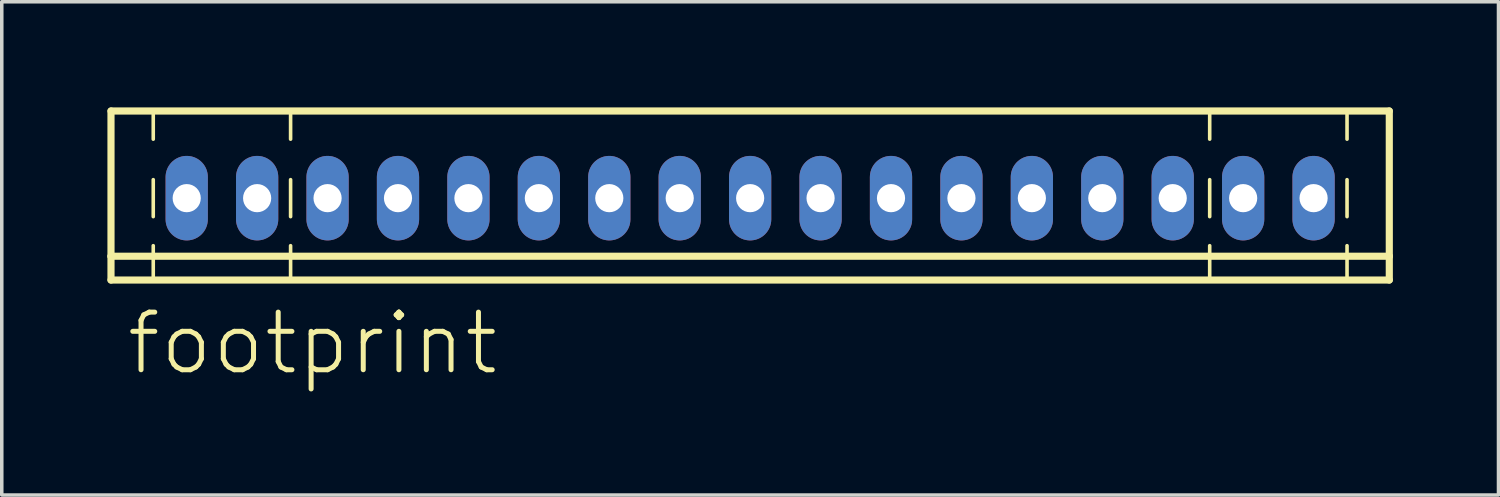
<source format=kicad_pcb>
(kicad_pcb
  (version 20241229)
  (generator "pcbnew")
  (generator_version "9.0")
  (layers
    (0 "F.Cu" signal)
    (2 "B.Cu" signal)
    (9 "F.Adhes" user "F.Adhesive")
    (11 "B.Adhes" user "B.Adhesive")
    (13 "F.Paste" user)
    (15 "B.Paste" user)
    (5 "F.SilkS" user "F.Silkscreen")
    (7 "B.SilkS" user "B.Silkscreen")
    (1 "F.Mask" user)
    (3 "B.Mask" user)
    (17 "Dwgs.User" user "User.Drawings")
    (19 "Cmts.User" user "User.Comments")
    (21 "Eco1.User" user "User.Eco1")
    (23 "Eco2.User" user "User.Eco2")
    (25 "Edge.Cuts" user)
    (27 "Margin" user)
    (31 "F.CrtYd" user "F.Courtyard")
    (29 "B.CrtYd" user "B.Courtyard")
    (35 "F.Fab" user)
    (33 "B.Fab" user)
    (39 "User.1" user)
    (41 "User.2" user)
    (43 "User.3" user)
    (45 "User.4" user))
  (footprint "footprint"
    (layer "F.Cu")
    (at 18.252 2.577)
    (property "Reference" "footprint" (at -17.78 5.08 0) (layer "F.SilkS") (effects (font (size 1.636 1.636) (thickness 0.142)) (justify left bottom)))
    (fp_line (start -18.15 -2.475) (end 18.15 -2.475) (stroke (width 0.203) (type solid)) (layer "F.SilkS"))
    (fp_line (start -18.15 1.65) (end -18.15 -2.475) (stroke (width 0.203) (type solid)) (layer "F.SilkS"))
    (fp_line (start -18.15 2.325) (end -18.15 1.65) (stroke (width 0.203) (type solid)) (layer "F.SilkS"))
    (fp_line (start -16.95 -2.375) (end -16.95 -1.675) (stroke (width 0.102) (type solid)) (layer "F.SilkS"))
    (fp_line (start -16.95 -0.525) (end -16.95 0.525) (stroke (width 0.102) (type solid)) (layer "F.SilkS"))
    (fp_line (start -16.95 1.35) (end -16.95 2.25) (stroke (width 0.102) (type solid)) (layer "F.SilkS"))
    (fp_line (start -13.05 -2.375) (end -13.05 -1.675) (stroke (width 0.102) (type solid)) (layer "F.SilkS"))
    (fp_line (start -13.05 -0.525) (end -13.05 0.525) (stroke (width 0.102) (type solid)) (layer "F.SilkS"))
    (fp_line (start -13.05 1.35) (end -13.05 2.25) (stroke (width 0.102) (type solid)) (layer "F.SilkS"))
    (fp_line (start 13.05 -2.375) (end 13.05 -1.675) (stroke (width 0.102) (type solid)) (layer "F.SilkS"))
    (fp_line (start 13.05 -0.525) (end 13.05 0.525) (stroke (width 0.102) (type solid)) (layer "F.SilkS"))
    (fp_line (start 13.05 1.35) (end 13.05 2.25) (stroke (width 0.102) (type solid)) (layer "F.SilkS"))
    (fp_line (start 16.95 -2.375) (end 16.95 -1.675) (stroke (width 0.102) (type solid)) (layer "F.SilkS"))
    (fp_line (start 16.95 -0.525) (end 16.95 0.525) (stroke (width 0.102) (type solid)) (layer "F.SilkS"))
    (fp_line (start 16.95 1.35) (end 16.95 2.25) (stroke (width 0.102) (type solid)) (layer "F.SilkS"))
    (fp_line (start 18.15 -2.475) (end 18.15 1.65) (stroke (width 0.203) (type solid)) (layer "F.SilkS"))
    (fp_line (start 18.15 1.65) (end -18.15 1.65) (stroke (width 0.203) (type solid)) (layer "F.SilkS"))
    (fp_line (start 18.15 1.65) (end 18.15 2.325) (stroke (width 0.203) (type solid)) (layer "F.SilkS"))
    (fp_line (start 18.15 2.325) (end -18.15 2.325) (stroke (width 0.203) (type solid)) (layer "F.SilkS"))
    (pad "1" thru_hole oval (at -16 0 90) (size 2.4 1.2) (drill 0.8) (layers "*.Cu" "*.Mask"))
    (pad "2" thru_hole oval (at -14 0 90) (size 2.4 1.2) (drill 0.8) (layers "*.Cu" "*.Mask"))
    (pad "3" thru_hole oval (at -12 0 90) (size 2.4 1.2) (drill 0.8) (layers "*.Cu" "*.Mask"))
    (pad "4" thru_hole oval (at -10 0 90) (size 2.4 1.2) (drill 0.8) (layers "*.Cu" "*.Mask"))
    (pad "5" thru_hole oval (at -8 0 90) (size 2.4 1.2) (drill 0.8) (layers "*.Cu" "*.Mask"))
    (pad "6" thru_hole oval (at -6 0 90) (size 2.4 1.2) (drill 0.8) (layers "*.Cu" "*.Mask"))
    (pad "7" thru_hole oval (at -4 0 90) (size 2.4 1.2) (drill 0.8) (layers "*.Cu" "*.Mask"))
    (pad "8" thru_hole oval (at -2 0 90) (size 2.4 1.2) (drill 0.8) (layers "*.Cu" "*.Mask"))
    (pad "9" thru_hole oval (at 0 0 90) (size 2.4 1.2) (drill 0.8) (layers "*.Cu" "*.Mask"))
    (pad "10" thru_hole oval (at 2 0 90) (size 2.4 1.2) (drill 0.8) (layers "*.Cu" "*.Mask"))
    (pad "11" thru_hole oval (at 4 0 90) (size 2.4 1.2) (drill 0.8) (layers "*.Cu" "*.Mask"))
    (pad "12" thru_hole oval (at 6 0 90) (size 2.4 1.2) (drill 0.8) (layers "*.Cu" "*.Mask"))
    (pad "13" thru_hole oval (at 8 0 90) (size 2.4 1.2) (drill 0.8) (layers "*.Cu" "*.Mask"))
    (pad "14" thru_hole oval (at 10 0 90) (size 2.4 1.2) (drill 0.8) (layers "*.Cu" "*.Mask"))
    (pad "15" thru_hole oval (at 12 0 90) (size 2.4 1.2) (drill 0.8) (layers "*.Cu" "*.Mask"))
    (pad "16" thru_hole oval (at 14 0 90) (size 2.4 1.2) (drill 0.8) (layers "*.Cu" "*.Mask"))
    (pad "17" thru_hole oval (at 16 0 90) (size 2.4 1.2) (drill 0.8) (layers "*.Cu" "*.Mask")))
  (gr_rect
    (start -3 -3)
    (end 39.503 11.007)
    (stroke (width 0.1) (type default))
    (fill no)
    (layer "Edge.Cuts")))
</source>
